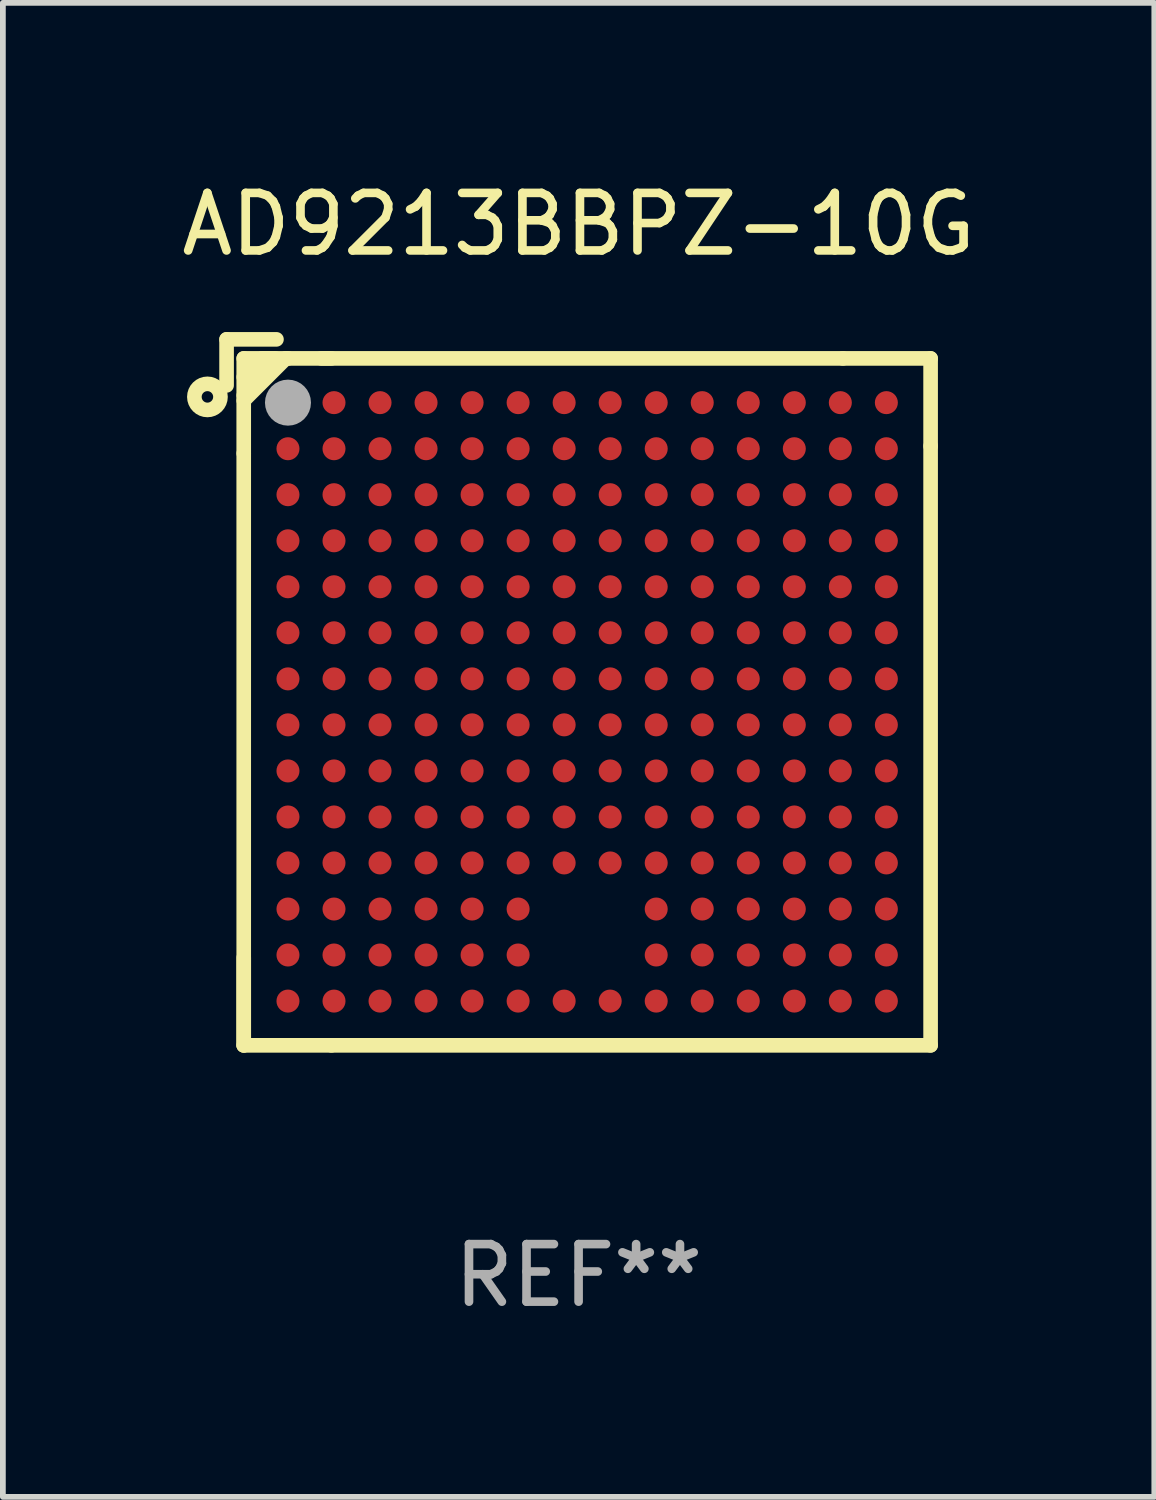
<source format=kicad_pcb>
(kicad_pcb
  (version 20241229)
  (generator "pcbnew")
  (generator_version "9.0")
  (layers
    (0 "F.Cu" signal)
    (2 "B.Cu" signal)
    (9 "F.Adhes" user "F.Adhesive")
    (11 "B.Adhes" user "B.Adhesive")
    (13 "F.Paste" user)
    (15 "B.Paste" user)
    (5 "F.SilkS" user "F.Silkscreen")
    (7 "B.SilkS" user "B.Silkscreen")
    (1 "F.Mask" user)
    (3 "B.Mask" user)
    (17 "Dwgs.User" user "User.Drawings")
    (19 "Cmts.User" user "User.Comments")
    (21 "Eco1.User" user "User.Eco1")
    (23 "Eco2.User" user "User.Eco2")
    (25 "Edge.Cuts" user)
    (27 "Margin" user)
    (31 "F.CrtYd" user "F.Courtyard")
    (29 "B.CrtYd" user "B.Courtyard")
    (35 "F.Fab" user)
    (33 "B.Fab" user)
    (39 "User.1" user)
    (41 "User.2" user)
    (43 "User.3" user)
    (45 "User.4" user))
  (footprint "AD9213BBPZ-10G"
    (layer "F.Cu")
    (at 7.006 8.983)
    (property "Reference" "AD9213BBPZ-10G" (at 0 -8.135 0) (layer "F.SilkS") (effects (font (size 1 1) (thickness 0.15))))
    (attr through_hole)
    (fp_line (start -6.118 -6.135) (end -6.118 -5.335) (stroke (width 0.254) (type solid)) (layer "F.SilkS"))
    (fp_line (start -5.82 -5.804) (end -4.296 -5.804) (stroke (width 0.254) (type solid)) (layer "F.SilkS"))
    (fp_line (start -5.82 -4.153) (end -5.82 -5.804) (stroke (width 0.254) (type solid)) (layer "F.SilkS"))
    (fp_line (start -5.82 -4.153) (end -5.82 6.135) (stroke (width 0.254) (type solid)) (layer "F.SilkS"))
    (fp_line (start -5.82 6.135) (end -5.82 4.611) (stroke (width 0.254) (type solid)) (layer "F.SilkS"))
    (fp_line (start -5.496 -5.804) (end -5.82 -5.479) (stroke (width 0.254) (type solid)) (layer "F.SilkS"))
    (fp_line (start -5.322 -5.804) (end -5.496 -5.804) (stroke (width 0.254) (type solid)) (layer "F.SilkS"))
    (fp_line (start -5.275 -5.804) (end -5.275 -5.703) (stroke (width 0.254) (type solid)) (layer "F.SilkS"))
    (fp_line (start -5.275 -5.703) (end -5.82 -5.159) (stroke (width 0.254) (type solid)) (layer "F.SilkS"))
    (fp_line (start -5.251 -6.135) (end -6.118 -6.135) (stroke (width 0.254) (type solid)) (layer "F.SilkS"))
    (fp_line (start -5.088 -5.804) (end -5.82 -5.072) (stroke (width 0.254) (type solid)) (layer "F.SilkS"))
    (fp_line (start -5.048 -5.804) (end -5.088 -5.804) (stroke (width 0.254) (type solid)) (layer "F.SilkS"))
    (fp_line (start -4.471 -5.804) (end 4.594 -5.804) (stroke (width 0.254) (type solid)) (layer "F.SilkS"))
    (fp_line (start -4.296 6.135) (end -5.82 6.135) (stroke (width 0.254) (type solid)) (layer "F.SilkS"))
    (fp_line (start -4.296 6.135) (end 6.118 6.135) (stroke (width 0.254) (type solid)) (layer "F.SilkS"))
    (fp_line (start 4.594 -5.804) (end 6.118 -5.804) (stroke (width 0.254) (type solid)) (layer "F.SilkS"))
    (fp_line (start 6.118 -5.804) (end 6.118 -4.28) (stroke (width 0.254) (type solid)) (layer "F.SilkS"))
    (fp_line (start 6.118 -4.28) (end 6.118 6.135) (stroke (width 0.254) (type solid)) (layer "F.SilkS"))
    (fp_circle (center -6.451 -5.135) (end -6.351 -5.135) (stroke (width 0.254) (type solid)) (fill no) (layer "F.SilkS"))
    (fp_circle (center -5.851 -5.834) (end -5.821 -5.834) (stroke (width 0.06) (type solid)) (fill no) (layer "F.SilkS"))
    (fp_circle (center -5.051 -5.035) (end -4.851 -5.035) (stroke (width 0.4) (type solid)) (fill no) (layer "F.Fab"))
    (fp_text user "REF**" (at 0 10.135 0) (layer "F.Fab") (effects (font (size 1 1) (thickness 0.15))))
    (pad "A1" smd circle (at -5.051 -5.035) (size 0.4 0.4) (layers "F.Cu" "F.Mask" "F.Paste"))
    (pad "A2" smd circle (at -4.251 -5.035) (size 0.4 0.4) (layers "F.Cu" "F.Mask" "F.Paste"))
    (pad "A3" smd circle (at -3.451 -5.035) (size 0.4 0.4) (layers "F.Cu" "F.Mask" "F.Paste"))
    (pad "A4" smd circle (at -2.651 -5.035) (size 0.4 0.4) (layers "F.Cu" "F.Mask" "F.Paste"))
    (pad "A5" smd circle (at -1.851 -5.035) (size 0.4 0.4) (layers "F.Cu" "F.Mask" "F.Paste"))
    (pad "A6" smd circle (at -1.051 -5.035) (size 0.4 0.4) (layers "F.Cu" "F.Mask" "F.Paste"))
    (pad "A7" smd circle (at -0.251 -5.035) (size 0.4 0.4) (layers "F.Cu" "F.Mask" "F.Paste"))
    (pad "A8" smd circle (at 0.549 -5.035) (size 0.4 0.4) (layers "F.Cu" "F.Mask" "F.Paste"))
    (pad "A9" smd circle (at 1.349 -5.035) (size 0.4 0.4) (layers "F.Cu" "F.Mask" "F.Paste"))
    (pad "A10" smd circle (at 2.149 -5.035) (size 0.4 0.4) (layers "F.Cu" "F.Mask" "F.Paste"))
    (pad "A11" smd circle (at 2.949 -5.035) (size 0.4 0.4) (layers "F.Cu" "F.Mask" "F.Paste"))
    (pad "A12" smd circle (at 3.749 -5.035) (size 0.4 0.4) (layers "F.Cu" "F.Mask" "F.Paste"))
    (pad "A13" smd circle (at 4.549 -5.035) (size 0.4 0.4) (layers "F.Cu" "F.Mask" "F.Paste"))
    (pad "A14" smd circle (at 5.349 -5.035) (size 0.4 0.4) (layers "F.Cu" "F.Mask" "F.Paste"))
    (pad "B1" smd circle (at -5.051 -4.234) (size 0.4 0.4) (layers "F.Cu" "F.Mask" "F.Paste"))
    (pad "B2" smd circle (at -4.251 -4.234) (size 0.4 0.4) (layers "F.Cu" "F.Mask" "F.Paste"))
    (pad "B3" smd circle (at -3.451 -4.234) (size 0.4 0.4) (layers "F.Cu" "F.Mask" "F.Paste"))
    (pad "B4" smd circle (at -2.651 -4.234) (size 0.4 0.4) (layers "F.Cu" "F.Mask" "F.Paste"))
    (pad "B5" smd circle (at -1.851 -4.234) (size 0.4 0.4) (layers "F.Cu" "F.Mask" "F.Paste"))
    (pad "B6" smd circle (at -1.051 -4.234) (size 0.4 0.4) (layers "F.Cu" "F.Mask" "F.Paste"))
    (pad "B7" smd circle (at -0.251 -4.234) (size 0.4 0.4) (layers "F.Cu" "F.Mask" "F.Paste"))
    (pad "B8" smd circle (at 0.549 -4.234) (size 0.4 0.4) (layers "F.Cu" "F.Mask" "F.Paste"))
    (pad "B9" smd circle (at 1.349 -4.234) (size 0.4 0.4) (layers "F.Cu" "F.Mask" "F.Paste"))
    (pad "B10" smd circle (at 2.149 -4.234) (size 0.4 0.4) (layers "F.Cu" "F.Mask" "F.Paste"))
    (pad "B11" smd circle (at 2.949 -4.234) (size 0.4 0.4) (layers "F.Cu" "F.Mask" "F.Paste"))
    (pad "B12" smd circle (at 3.749 -4.234) (size 0.4 0.4) (layers "F.Cu" "F.Mask" "F.Paste"))
    (pad "B13" smd circle (at 4.549 -4.234) (size 0.4 0.4) (layers "F.Cu" "F.Mask" "F.Paste"))
    (pad "B14" smd circle (at 5.349 -4.234) (size 0.4 0.4) (layers "F.Cu" "F.Mask" "F.Paste"))
    (pad "C1" smd circle (at -5.051 -3.435) (size 0.4 0.4) (layers "F.Cu" "F.Mask" "F.Paste"))
    (pad "C2" smd circle (at -4.251 -3.435) (size 0.4 0.4) (layers "F.Cu" "F.Mask" "F.Paste"))
    (pad "C3" smd circle (at -3.451 -3.435) (size 0.4 0.4) (layers "F.Cu" "F.Mask" "F.Paste"))
    (pad "C4" smd circle (at -2.651 -3.435) (size 0.4 0.4) (layers "F.Cu" "F.Mask" "F.Paste"))
    (pad "C5" smd circle (at -1.851 -3.435) (size 0.4 0.4) (layers "F.Cu" "F.Mask" "F.Paste"))
    (pad "C6" smd circle (at -1.051 -3.435) (size 0.4 0.4) (layers "F.Cu" "F.Mask" "F.Paste"))
    (pad "C7" smd circle (at -0.251 -3.435) (size 0.4 0.4) (layers "F.Cu" "F.Mask" "F.Paste"))
    (pad "C8" smd circle (at 0.549 -3.435) (size 0.4 0.4) (layers "F.Cu" "F.Mask" "F.Paste"))
    (pad "C9" smd circle (at 1.349 -3.435) (size 0.4 0.4) (layers "F.Cu" "F.Mask" "F.Paste"))
    (pad "C10" smd circle (at 2.149 -3.435) (size 0.4 0.4) (layers "F.Cu" "F.Mask" "F.Paste"))
    (pad "C11" smd circle (at 2.949 -3.435) (size 0.4 0.4) (layers "F.Cu" "F.Mask" "F.Paste"))
    (pad "C12" smd circle (at 3.749 -3.435) (size 0.4 0.4) (layers "F.Cu" "F.Mask" "F.Paste"))
    (pad "C13" smd circle (at 4.549 -3.435) (size 0.4 0.4) (layers "F.Cu" "F.Mask" "F.Paste"))
    (pad "C14" smd circle (at 5.349 -3.435) (size 0.4 0.4) (layers "F.Cu" "F.Mask" "F.Paste"))
    (pad "D1" smd circle (at -5.051 -2.634) (size 0.4 0.4) (layers "F.Cu" "F.Mask" "F.Paste"))
    (pad "D2" smd circle (at -4.251 -2.634) (size 0.4 0.4) (layers "F.Cu" "F.Mask" "F.Paste"))
    (pad "D3" smd circle (at -3.451 -2.634) (size 0.4 0.4) (layers "F.Cu" "F.Mask" "F.Paste"))
    (pad "D4" smd circle (at -2.651 -2.634) (size 0.4 0.4) (layers "F.Cu" "F.Mask" "F.Paste"))
    (pad "D5" smd circle (at -1.851 -2.634) (size 0.4 0.4) (layers "F.Cu" "F.Mask" "F.Paste"))
    (pad "D6" smd circle (at -1.051 -2.634) (size 0.4 0.4) (layers "F.Cu" "F.Mask" "F.Paste"))
    (pad "D7" smd circle (at -0.251 -2.634) (size 0.4 0.4) (layers "F.Cu" "F.Mask" "F.Paste"))
    (pad "D8" smd circle (at 0.549 -2.634) (size 0.4 0.4) (layers "F.Cu" "F.Mask" "F.Paste"))
    (pad "D9" smd circle (at 1.349 -2.634) (size 0.4 0.4) (layers "F.Cu" "F.Mask" "F.Paste"))
    (pad "D10" smd circle (at 2.149 -2.634) (size 0.4 0.4) (layers "F.Cu" "F.Mask" "F.Paste"))
    (pad "D11" smd circle (at 2.949 -2.634) (size 0.4 0.4) (layers "F.Cu" "F.Mask" "F.Paste"))
    (pad "D12" smd circle (at 3.749 -2.634) (size 0.4 0.4) (layers "F.Cu" "F.Mask" "F.Paste"))
    (pad "D13" smd circle (at 4.549 -2.634) (size 0.4 0.4) (layers "F.Cu" "F.Mask" "F.Paste"))
    (pad "D14" smd circle (at 5.349 -2.634) (size 0.4 0.4) (layers "F.Cu" "F.Mask" "F.Paste"))
    (pad "E1" smd circle (at -5.051 -1.835) (size 0.4 0.4) (layers "F.Cu" "F.Mask" "F.Paste"))
    (pad "E2" smd circle (at -4.251 -1.835) (size 0.4 0.4) (layers "F.Cu" "F.Mask" "F.Paste"))
    (pad "E3" smd circle (at -3.451 -1.835) (size 0.4 0.4) (layers "F.Cu" "F.Mask" "F.Paste"))
    (pad "E4" smd circle (at -2.651 -1.835) (size 0.4 0.4) (layers "F.Cu" "F.Mask" "F.Paste"))
    (pad "E5" smd circle (at -1.851 -1.835) (size 0.4 0.4) (layers "F.Cu" "F.Mask" "F.Paste"))
    (pad "E6" smd circle (at -1.051 -1.835) (size 0.4 0.4) (layers "F.Cu" "F.Mask" "F.Paste"))
    (pad "E7" smd circle (at -0.251 -1.835) (size 0.4 0.4) (layers "F.Cu" "F.Mask" "F.Paste"))
    (pad "E8" smd circle (at 0.549 -1.835) (size 0.4 0.4) (layers "F.Cu" "F.Mask" "F.Paste"))
    (pad "E9" smd circle (at 1.349 -1.835) (size 0.4 0.4) (layers "F.Cu" "F.Mask" "F.Paste"))
    (pad "E10" smd circle (at 2.149 -1.835) (size 0.4 0.4) (layers "F.Cu" "F.Mask" "F.Paste"))
    (pad "E11" smd circle (at 2.949 -1.835) (size 0.4 0.4) (layers "F.Cu" "F.Mask" "F.Paste"))
    (pad "E12" smd circle (at 3.749 -1.835) (size 0.4 0.4) (layers "F.Cu" "F.Mask" "F.Paste"))
    (pad "E13" smd circle (at 4.549 -1.835) (size 0.4 0.4) (layers "F.Cu" "F.Mask" "F.Paste"))
    (pad "E14" smd circle (at 5.349 -1.835) (size 0.4 0.4) (layers "F.Cu" "F.Mask" "F.Paste"))
    (pad "F1" smd circle (at -5.051 -1.035) (size 0.4 0.4) (layers "F.Cu" "F.Mask" "F.Paste"))
    (pad "F2" smd circle (at -4.251 -1.035) (size 0.4 0.4) (layers "F.Cu" "F.Mask" "F.Paste"))
    (pad "F3" smd circle (at -3.451 -1.035) (size 0.4 0.4) (layers "F.Cu" "F.Mask" "F.Paste"))
    (pad "F4" smd circle (at -2.651 -1.035) (size 0.4 0.4) (layers "F.Cu" "F.Mask" "F.Paste"))
    (pad "F5" smd circle (at -1.851 -1.035) (size 0.4 0.4) (layers "F.Cu" "F.Mask" "F.Paste"))
    (pad "F6" smd circle (at -1.051 -1.035) (size 0.4 0.4) (layers "F.Cu" "F.Mask" "F.Paste"))
    (pad "F7" smd circle (at -0.251 -1.035) (size 0.4 0.4) (layers "F.Cu" "F.Mask" "F.Paste"))
    (pad "F8" smd circle (at 0.549 -1.035) (size 0.4 0.4) (layers "F.Cu" "F.Mask" "F.Paste"))
    (pad "F9" smd circle (at 1.349 -1.035) (size 0.4 0.4) (layers "F.Cu" "F.Mask" "F.Paste"))
    (pad "F10" smd circle (at 2.149 -1.035) (size 0.4 0.4) (layers "F.Cu" "F.Mask" "F.Paste"))
    (pad "F11" smd circle (at 2.949 -1.035) (size 0.4 0.4) (layers "F.Cu" "F.Mask" "F.Paste"))
    (pad "F12" smd circle (at 3.749 -1.035) (size 0.4 0.4) (layers "F.Cu" "F.Mask" "F.Paste"))
    (pad "F13" smd circle (at 4.549 -1.035) (size 0.4 0.4) (layers "F.Cu" "F.Mask" "F.Paste"))
    (pad "F14" smd circle (at 5.349 -1.035) (size 0.4 0.4) (layers "F.Cu" "F.Mask" "F.Paste"))
    (pad "G1" smd circle (at -5.051 -0.234) (size 0.4 0.4) (layers "F.Cu" "F.Mask" "F.Paste"))
    (pad "G2" smd circle (at -4.251 -0.234) (size 0.4 0.4) (layers "F.Cu" "F.Mask" "F.Paste"))
    (pad "G3" smd circle (at -3.451 -0.234) (size 0.4 0.4) (layers "F.Cu" "F.Mask" "F.Paste"))
    (pad "G4" smd circle (at -2.651 -0.234) (size 0.4 0.4) (layers "F.Cu" "F.Mask" "F.Paste"))
    (pad "G5" smd circle (at -1.851 -0.234) (size 0.4 0.4) (layers "F.Cu" "F.Mask" "F.Paste"))
    (pad "G6" smd circle (at -1.051 -0.234) (size 0.4 0.4) (layers "F.Cu" "F.Mask" "F.Paste"))
    (pad "G7" smd circle (at -0.251 -0.234) (size 0.4 0.4) (layers "F.Cu" "F.Mask" "F.Paste"))
    (pad "G8" smd circle (at 0.549 -0.234) (size 0.4 0.4) (layers "F.Cu" "F.Mask" "F.Paste"))
    (pad "G9" smd circle (at 1.349 -0.234) (size 0.4 0.4) (layers "F.Cu" "F.Mask" "F.Paste"))
    (pad "G10" smd circle (at 2.149 -0.234) (size 0.4 0.4) (layers "F.Cu" "F.Mask" "F.Paste"))
    (pad "G11" smd circle (at 2.949 -0.234) (size 0.4 0.4) (layers "F.Cu" "F.Mask" "F.Paste"))
    (pad "G12" smd circle (at 3.749 -0.234) (size 0.4 0.4) (layers "F.Cu" "F.Mask" "F.Paste"))
    (pad "G13" smd circle (at 4.549 -0.234) (size 0.4 0.4) (layers "F.Cu" "F.Mask" "F.Paste"))
    (pad "G14" smd circle (at 5.349 -0.234) (size 0.4 0.4) (layers "F.Cu" "F.Mask" "F.Paste"))
    (pad "H1" smd circle (at -5.051 0.565) (size 0.4 0.4) (layers "F.Cu" "F.Mask" "F.Paste"))
    (pad "H2" smd circle (at -4.251 0.565) (size 0.4 0.4) (layers "F.Cu" "F.Mask" "F.Paste"))
    (pad "H3" smd circle (at -3.451 0.565) (size 0.4 0.4) (layers "F.Cu" "F.Mask" "F.Paste"))
    (pad "H4" smd circle (at -2.651 0.565) (size 0.4 0.4) (layers "F.Cu" "F.Mask" "F.Paste"))
    (pad "H5" smd circle (at -1.851 0.565) (size 0.4 0.4) (layers "F.Cu" "F.Mask" "F.Paste"))
    (pad "H6" smd circle (at -1.051 0.565) (size 0.4 0.4) (layers "F.Cu" "F.Mask" "F.Paste"))
    (pad "H7" smd circle (at -0.251 0.565) (size 0.4 0.4) (layers "F.Cu" "F.Mask" "F.Paste"))
    (pad "H8" smd circle (at 0.549 0.565) (size 0.4 0.4) (layers "F.Cu" "F.Mask" "F.Paste"))
    (pad "H9" smd circle (at 1.349 0.565) (size 0.4 0.4) (layers "F.Cu" "F.Mask" "F.Paste"))
    (pad "H10" smd circle (at 2.149 0.565) (size 0.4 0.4) (layers "F.Cu" "F.Mask" "F.Paste"))
    (pad "H11" smd circle (at 2.949 0.565) (size 0.4 0.4) (layers "F.Cu" "F.Mask" "F.Paste"))
    (pad "H12" smd circle (at 3.749 0.565) (size 0.4 0.4) (layers "F.Cu" "F.Mask" "F.Paste"))
    (pad "H13" smd circle (at 4.549 0.565) (size 0.4 0.4) (layers "F.Cu" "F.Mask" "F.Paste"))
    (pad "H14" smd circle (at 5.349 0.565) (size 0.4 0.4) (layers "F.Cu" "F.Mask" "F.Paste"))
    (pad "J1" smd circle (at -5.051 1.366) (size 0.4 0.4) (layers "F.Cu" "F.Mask" "F.Paste"))
    (pad "J2" smd circle (at -4.251 1.366) (size 0.4 0.4) (layers "F.Cu" "F.Mask" "F.Paste"))
    (pad "J3" smd circle (at -3.451 1.366) (size 0.4 0.4) (layers "F.Cu" "F.Mask" "F.Paste"))
    (pad "J4" smd circle (at -2.651 1.366) (size 0.4 0.4) (layers "F.Cu" "F.Mask" "F.Paste"))
    (pad "J5" smd circle (at -1.851 1.366) (size 0.4 0.4) (layers "F.Cu" "F.Mask" "F.Paste"))
    (pad "J6" smd circle (at -1.051 1.366) (size 0.4 0.4) (layers "F.Cu" "F.Mask" "F.Paste"))
    (pad "J7" smd circle (at -0.251 1.366) (size 0.4 0.4) (layers "F.Cu" "F.Mask" "F.Paste"))
    (pad "J8" smd circle (at 0.549 1.366) (size 0.4 0.4) (layers "F.Cu" "F.Mask" "F.Paste"))
    (pad "J9" smd circle (at 1.349 1.366) (size 0.4 0.4) (layers "F.Cu" "F.Mask" "F.Paste"))
    (pad "J10" smd circle (at 2.149 1.366) (size 0.4 0.4) (layers "F.Cu" "F.Mask" "F.Paste"))
    (pad "J11" smd circle (at 2.949 1.366) (size 0.4 0.4) (layers "F.Cu" "F.Mask" "F.Paste"))
    (pad "J12" smd circle (at 3.749 1.366) (size 0.4 0.4) (layers "F.Cu" "F.Mask" "F.Paste"))
    (pad "J13" smd circle (at 4.549 1.366) (size 0.4 0.4) (layers "F.Cu" "F.Mask" "F.Paste"))
    (pad "J14" smd circle (at 5.349 1.366) (size 0.4 0.4) (layers "F.Cu" "F.Mask" "F.Paste"))
    (pad "K1" smd circle (at -5.051 2.166) (size 0.4 0.4) (layers "F.Cu" "F.Mask" "F.Paste"))
    (pad "K2" smd circle (at -4.251 2.166) (size 0.4 0.4) (layers "F.Cu" "F.Mask" "F.Paste"))
    (pad "K3" smd circle (at -3.451 2.166) (size 0.4 0.4) (layers "F.Cu" "F.Mask" "F.Paste"))
    (pad "K4" smd circle (at -2.651 2.166) (size 0.4 0.4) (layers "F.Cu" "F.Mask" "F.Paste"))
    (pad "K5" smd circle (at -1.851 2.166) (size 0.4 0.4) (layers "F.Cu" "F.Mask" "F.Paste"))
    (pad "K6" smd circle (at -1.051 2.166) (size 0.4 0.4) (layers "F.Cu" "F.Mask" "F.Paste"))
    (pad "K7" smd circle (at -0.251 2.166) (size 0.4 0.4) (layers "F.Cu" "F.Mask" "F.Paste"))
    (pad "K8" smd circle (at 0.549 2.166) (size 0.4 0.4) (layers "F.Cu" "F.Mask" "F.Paste"))
    (pad "K9" smd circle (at 1.349 2.166) (size 0.4 0.4) (layers "F.Cu" "F.Mask" "F.Paste"))
    (pad "K10" smd circle (at 2.149 2.166) (size 0.4 0.4) (layers "F.Cu" "F.Mask" "F.Paste"))
    (pad "K11" smd circle (at 2.949 2.166) (size 0.4 0.4) (layers "F.Cu" "F.Mask" "F.Paste"))
    (pad "K12" smd circle (at 3.749 2.166) (size 0.4 0.4) (layers "F.Cu" "F.Mask" "F.Paste"))
    (pad "K13" smd circle (at 4.549 2.166) (size 0.4 0.4) (layers "F.Cu" "F.Mask" "F.Paste"))
    (pad "K14" smd circle (at 5.349 2.166) (size 0.4 0.4) (layers "F.Cu" "F.Mask" "F.Paste"))
    (pad "L1" smd circle (at -5.051 2.965) (size 0.4 0.4) (layers "F.Cu" "F.Mask" "F.Paste"))
    (pad "L2" smd circle (at -4.251 2.965) (size 0.4 0.4) (layers "F.Cu" "F.Mask" "F.Paste"))
    (pad "L3" smd circle (at -3.451 2.965) (size 0.4 0.4) (layers "F.Cu" "F.Mask" "F.Paste"))
    (pad "L4" smd circle (at -2.651 2.965) (size 0.4 0.4) (layers "F.Cu" "F.Mask" "F.Paste"))
    (pad "L5" smd circle (at -1.851 2.965) (size 0.4 0.4) (layers "F.Cu" "F.Mask" "F.Paste"))
    (pad "L6" smd circle (at -1.051 2.965) (size 0.4 0.4) (layers "F.Cu" "F.Mask" "F.Paste"))
    (pad "L7" smd circle (at -0.251 2.965) (size 0.4 0.4) (layers "F.Cu" "F.Mask" "F.Paste"))
    (pad "L8" smd circle (at 0.549 2.965) (size 0.4 0.4) (layers "F.Cu" "F.Mask" "F.Paste"))
    (pad "L9" smd circle (at 1.349 2.965) (size 0.4 0.4) (layers "F.Cu" "F.Mask" "F.Paste"))
    (pad "L10" smd circle (at 2.149 2.965) (size 0.4 0.4) (layers "F.Cu" "F.Mask" "F.Paste"))
    (pad "L11" smd circle (at 2.949 2.965) (size 0.4 0.4) (layers "F.Cu" "F.Mask" "F.Paste"))
    (pad "L12" smd circle (at 3.749 2.965) (size 0.4 0.4) (layers "F.Cu" "F.Mask" "F.Paste"))
    (pad "L13" smd circle (at 4.549 2.965) (size 0.4 0.4) (layers "F.Cu" "F.Mask" "F.Paste"))
    (pad "L14" smd circle (at 5.349 2.965) (size 0.4 0.4) (layers "F.Cu" "F.Mask" "F.Paste"))
    (pad "M1" smd circle (at -5.051 3.766) (size 0.4 0.4) (layers "F.Cu" "F.Mask" "F.Paste"))
    (pad "M2" smd circle (at -4.251 3.766) (size 0.4 0.4) (layers "F.Cu" "F.Mask" "F.Paste"))
    (pad "M3" smd circle (at -3.451 3.766) (size 0.4 0.4) (layers "F.Cu" "F.Mask" "F.Paste"))
    (pad "M4" smd circle (at -2.651 3.766) (size 0.4 0.4) (layers "F.Cu" "F.Mask" "F.Paste"))
    (pad "M5" smd circle (at -1.851 3.766) (size 0.4 0.4) (layers "F.Cu" "F.Mask" "F.Paste"))
    (pad "M6" smd circle (at -1.051 3.766) (size 0.4 0.4) (layers "F.Cu" "F.Mask" "F.Paste"))
    (pad "M9" smd circle (at 1.349 3.766) (size 0.4 0.4) (layers "F.Cu" "F.Mask" "F.Paste"))
    (pad "M10" smd circle (at 2.149 3.766) (size 0.4 0.4) (layers "F.Cu" "F.Mask" "F.Paste"))
    (pad "M11" smd circle (at 2.949 3.766) (size 0.4 0.4) (layers "F.Cu" "F.Mask" "F.Paste"))
    (pad "M12" smd circle (at 3.749 3.766) (size 0.4 0.4) (layers "F.Cu" "F.Mask" "F.Paste"))
    (pad "M13" smd circle (at 4.549 3.766) (size 0.4 0.4) (layers "F.Cu" "F.Mask" "F.Paste"))
    (pad "M14" smd circle (at 5.349 3.766) (size 0.4 0.4) (layers "F.Cu" "F.Mask" "F.Paste"))
    (pad "N1" smd circle (at -5.051 4.565) (size 0.4 0.4) (layers "F.Cu" "F.Mask" "F.Paste"))
    (pad "N2" smd circle (at -4.251 4.565) (size 0.4 0.4) (layers "F.Cu" "F.Mask" "F.Paste"))
    (pad "N3" smd circle (at -3.451 4.565) (size 0.4 0.4) (layers "F.Cu" "F.Mask" "F.Paste"))
    (pad "N4" smd circle (at -2.651 4.565) (size 0.4 0.4) (layers "F.Cu" "F.Mask" "F.Paste"))
    (pad "N5" smd circle (at -1.851 4.565) (size 0.4 0.4) (layers "F.Cu" "F.Mask" "F.Paste"))
    (pad "N6" smd circle (at -1.051 4.565) (size 0.4 0.4) (layers "F.Cu" "F.Mask" "F.Paste"))
    (pad "N9" smd circle (at 1.349 4.565) (size 0.4 0.4) (layers "F.Cu" "F.Mask" "F.Paste"))
    (pad "N10" smd circle (at 2.149 4.565) (size 0.4 0.4) (layers "F.Cu" "F.Mask" "F.Paste"))
    (pad "N11" smd circle (at 2.949 4.565) (size 0.4 0.4) (layers "F.Cu" "F.Mask" "F.Paste"))
    (pad "N12" smd circle (at 3.749 4.565) (size 0.4 0.4) (layers "F.Cu" "F.Mask" "F.Paste"))
    (pad "N13" smd circle (at 4.549 4.565) (size 0.4 0.4) (layers "F.Cu" "F.Mask" "F.Paste"))
    (pad "N14" smd circle (at 5.349 4.565) (size 0.4 0.4) (layers "F.Cu" "F.Mask" "F.Paste"))
    (pad "P1" smd circle (at -5.051 5.366) (size 0.4 0.4) (layers "F.Cu" "F.Mask" "F.Paste"))
    (pad "P2" smd circle (at -4.251 5.366) (size 0.4 0.4) (layers "F.Cu" "F.Mask" "F.Paste"))
    (pad "P3" smd circle (at -3.451 5.366) (size 0.4 0.4) (layers "F.Cu" "F.Mask" "F.Paste"))
    (pad "P4" smd circle (at -2.651 5.366) (size 0.4 0.4) (layers "F.Cu" "F.Mask" "F.Paste"))
    (pad "P5" smd circle (at -1.851 5.366) (size 0.4 0.4) (layers "F.Cu" "F.Mask" "F.Paste"))
    (pad "P6" smd circle (at -1.051 5.366) (size 0.4 0.4) (layers "F.Cu" "F.Mask" "F.Paste"))
    (pad "P7" smd circle (at -0.251 5.366) (size 0.4 0.4) (layers "F.Cu" "F.Mask" "F.Paste"))
    (pad "P8" smd circle (at 0.549 5.366) (size 0.4 0.4) (layers "F.Cu" "F.Mask" "F.Paste"))
    (pad "P9" smd circle (at 1.349 5.366) (size 0.4 0.4) (layers "F.Cu" "F.Mask" "F.Paste"))
    (pad "P10" smd circle (at 2.149 5.366) (size 0.4 0.4) (layers "F.Cu" "F.Mask" "F.Paste"))
    (pad "P11" smd circle (at 2.949 5.366) (size 0.4 0.4) (layers "F.Cu" "F.Mask" "F.Paste"))
    (pad "P12" smd circle (at 3.749 5.366) (size 0.4 0.4) (layers "F.Cu" "F.Mask" "F.Paste"))
    (pad "P13" smd circle (at 4.549 5.366) (size 0.4 0.4) (layers "F.Cu" "F.Mask" "F.Paste"))
    (pad "P14" smd circle (at 5.349 5.366) (size 0.4 0.4) (layers "F.Cu" "F.Mask" "F.Paste")))
  (gr_rect
    (start -3 -3)
    (end 17.012 22.966)
    (stroke (width 0.1) (type default))
    (fill no)
    (layer "Edge.Cuts")))
</source>
